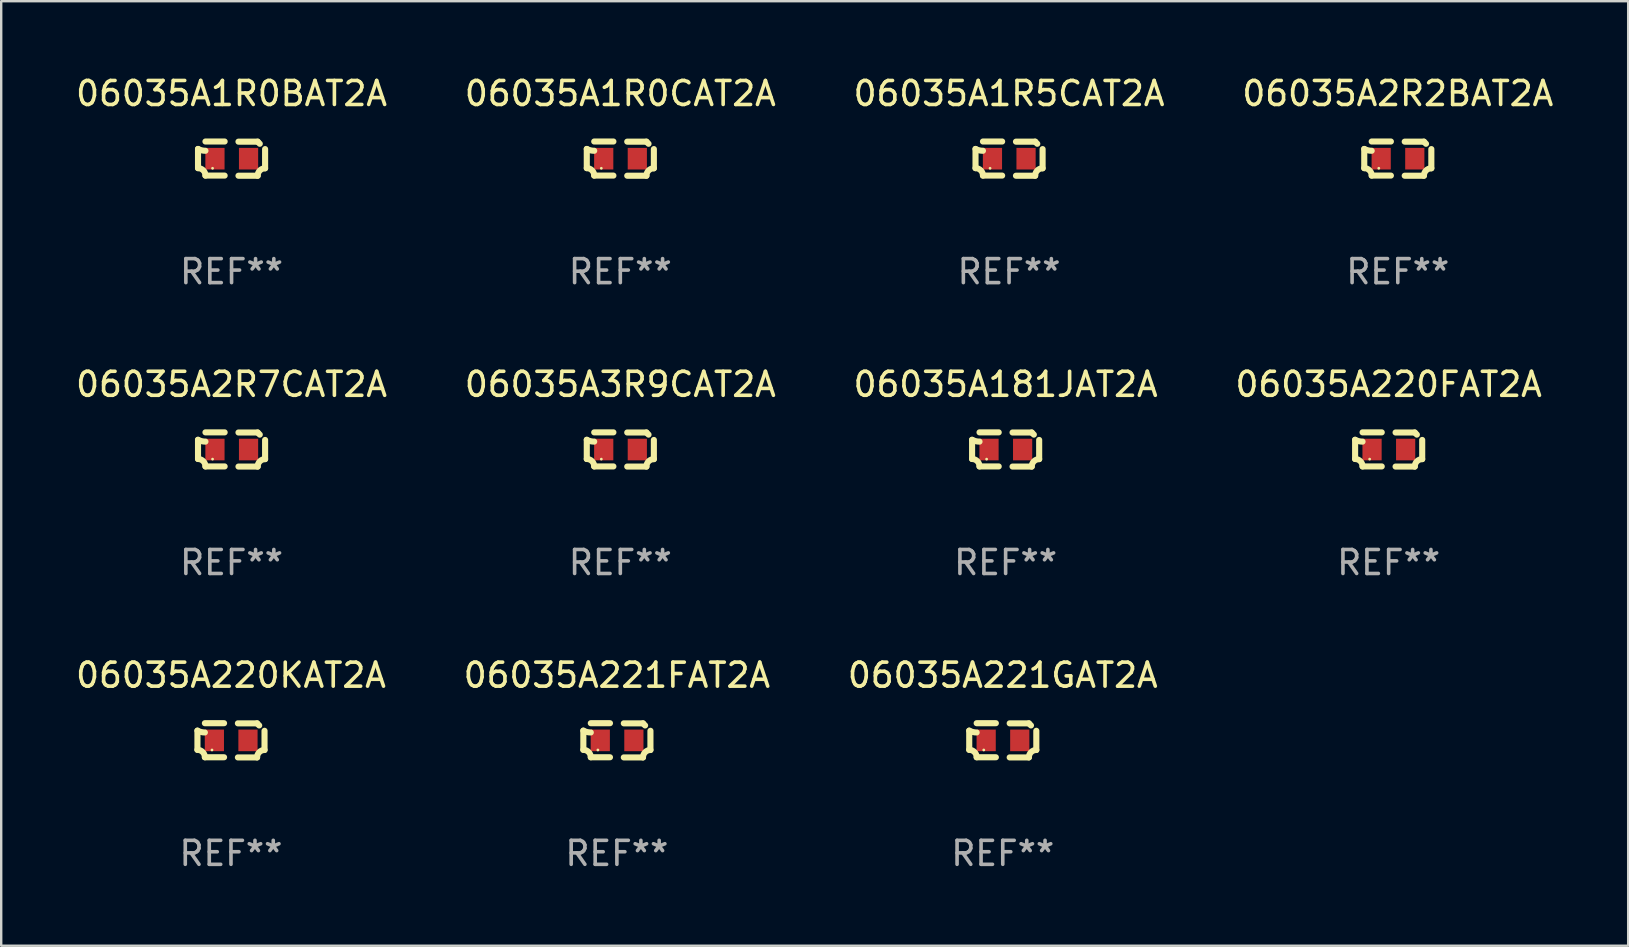
<source format=kicad_pcb>
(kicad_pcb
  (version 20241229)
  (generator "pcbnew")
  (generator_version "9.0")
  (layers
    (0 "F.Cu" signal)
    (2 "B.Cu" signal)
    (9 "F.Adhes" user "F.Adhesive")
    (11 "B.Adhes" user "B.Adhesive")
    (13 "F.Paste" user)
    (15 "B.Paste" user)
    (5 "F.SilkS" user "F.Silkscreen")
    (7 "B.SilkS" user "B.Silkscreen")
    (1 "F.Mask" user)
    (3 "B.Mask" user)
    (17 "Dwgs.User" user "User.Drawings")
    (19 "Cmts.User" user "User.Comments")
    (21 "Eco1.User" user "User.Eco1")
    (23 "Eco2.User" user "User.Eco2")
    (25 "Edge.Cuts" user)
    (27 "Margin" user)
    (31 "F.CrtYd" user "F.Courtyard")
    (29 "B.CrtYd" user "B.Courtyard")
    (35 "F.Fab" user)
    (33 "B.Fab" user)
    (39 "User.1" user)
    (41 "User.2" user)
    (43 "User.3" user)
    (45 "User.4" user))
  (footprint "06035A221GAT2A"
    (layer "F.Cu")
    (at 38.744 27.805)
    (property "Reference" "06035A221GAT2A" (at 0 -2.713 0) (layer "F.SilkS") (effects (font (size 1 1) (thickness 0.15))))
    (attr through_hole)
    (fp_line (start -1.398 -0.403) (end -1.398 0.397) (stroke (width 0.254) (type solid)) (layer "F.SilkS"))
    (fp_line (start -0.288 -0.713) (end -1.088 -0.713) (stroke (width 0.254) (type solid)) (layer "F.SilkS"))
    (fp_line (start -0.288 0.707) (end -1.088 0.707) (stroke (width 0.254) (type solid)) (layer "F.SilkS"))
    (fp_line (start 0.288 -0.707) (end 1.088 -0.707) (stroke (width 0.254) (type solid)) (layer "F.SilkS"))
    (fp_line (start 0.288 0.713) (end 1.088 0.713) (stroke (width 0.254) (type solid)) (layer "F.SilkS"))
    (fp_line (start 1.398 -0.397) (end 1.398 0.403) (stroke (width 0.254) (type solid)) (layer "F.SilkS"))
    (fp_arc (start -1.397789 0.397066) (mid -1.178701 0.487826) (end -1.08796 0.706922) (stroke (width 0.254001) (type solid)) (layer "F.SilkS"))
    (fp_arc (start -1.08796 -0.327176) (mid -1.247436 -0.346384) (end -1.39779 -0.402908) (stroke (width 0.254001) (type solid)) (layer "F.SilkS"))
    (fp_arc (start 1.087909 0.712738) (mid 1.178656 0.493655) (end 1.397739 0.402908) (stroke (width 0.254001) (type solid)) (layer "F.SilkS"))
    (fp_arc (start 1.175925 -0.618926) (mid 1.131917 -0.662923) (end 1.08791 -0.706922) (stroke (width 0.254001) (type solid)) (layer "F.SilkS"))
    (fp_circle (center -0.792 0.403) (end -0.762 0.403) (stroke (width 0.06) (type solid)) (fill no) (layer "F.SilkS"))
    (fp_text user "REF**" (at 0 4.713 0) (layer "F.Fab") (effects (font (size 1 1) (thickness 0.15))))
    (pad "1" smd rect (at -0.692 0.003) (size 0.8 0.9) (layers "F.Cu" "F.Mask" "F.Paste"))
    (pad "2" smd rect (at 0.708 0.003) (size 0.8 0.9) (layers "F.Cu" "F.Mask" "F.Paste")))
  (footprint "06035A1R5CAT2A"
    (layer "F.Cu")
    (at 39.006 3.561)
    (property "Reference" "06035A1R5CAT2A" (at 0 -2.713 0) (layer "F.SilkS") (effects (font (size 1 1) (thickness 0.15))))
    (attr through_hole)
    (fp_line (start -1.398 -0.403) (end -1.398 0.397) (stroke (width 0.254) (type solid)) (layer "F.SilkS"))
    (fp_line (start -0.288 -0.713) (end -1.088 -0.713) (stroke (width 0.254) (type solid)) (layer "F.SilkS"))
    (fp_line (start -0.288 0.707) (end -1.088 0.707) (stroke (width 0.254) (type solid)) (layer "F.SilkS"))
    (fp_line (start 0.288 -0.707) (end 1.088 -0.707) (stroke (width 0.254) (type solid)) (layer "F.SilkS"))
    (fp_line (start 0.288 0.713) (end 1.088 0.713) (stroke (width 0.254) (type solid)) (layer "F.SilkS"))
    (fp_line (start 1.398 -0.397) (end 1.398 0.403) (stroke (width 0.254) (type solid)) (layer "F.SilkS"))
    (fp_arc (start -1.397789 0.397066) (mid -1.178701 0.487826) (end -1.08796 0.706922) (stroke (width 0.254001) (type solid)) (layer "F.SilkS"))
    (fp_arc (start -1.08796 -0.327176) (mid -1.247436 -0.346384) (end -1.39779 -0.402908) (stroke (width 0.254001) (type solid)) (layer "F.SilkS"))
    (fp_arc (start 1.087909 0.712738) (mid 1.178656 0.493655) (end 1.397739 0.402908) (stroke (width 0.254001) (type solid)) (layer "F.SilkS"))
    (fp_arc (start 1.175925 -0.618926) (mid 1.131917 -0.662923) (end 1.08791 -0.706922) (stroke (width 0.254001) (type solid)) (layer "F.SilkS"))
    (fp_circle (center -0.792 0.403) (end -0.762 0.403) (stroke (width 0.06) (type solid)) (fill no) (layer "F.SilkS"))
    (fp_text user "REF**" (at 0 4.713 0) (layer "F.Fab") (effects (font (size 1 1) (thickness 0.15))))
    (pad "1" smd rect (at -0.692 0.003) (size 0.8 0.9) (layers "F.Cu" "F.Mask" "F.Paste"))
    (pad "2" smd rect (at 0.708 0.003) (size 0.8 0.9) (layers "F.Cu" "F.Mask" "F.Paste")))
  (footprint "06035A221FAT2A"
    (layer "F.Cu")
    (at 22.661 27.805)
    (property "Reference" "06035A221FAT2A" (at 0 -2.713 0) (layer "F.SilkS") (effects (font (size 1 1) (thickness 0.15))))
    (attr through_hole)
    (fp_line (start -1.398 -0.403) (end -1.398 0.397) (stroke (width 0.254) (type solid)) (layer "F.SilkS"))
    (fp_line (start -0.288 -0.713) (end -1.088 -0.713) (stroke (width 0.254) (type solid)) (layer "F.SilkS"))
    (fp_line (start -0.288 0.707) (end -1.088 0.707) (stroke (width 0.254) (type solid)) (layer "F.SilkS"))
    (fp_line (start 0.288 -0.707) (end 1.088 -0.707) (stroke (width 0.254) (type solid)) (layer "F.SilkS"))
    (fp_line (start 0.288 0.713) (end 1.088 0.713) (stroke (width 0.254) (type solid)) (layer "F.SilkS"))
    (fp_line (start 1.398 -0.397) (end 1.398 0.403) (stroke (width 0.254) (type solid)) (layer "F.SilkS"))
    (fp_arc (start -1.397789 0.397066) (mid -1.178701 0.487826) (end -1.08796 0.706922) (stroke (width 0.254001) (type solid)) (layer "F.SilkS"))
    (fp_arc (start -1.08796 -0.327176) (mid -1.247436 -0.346384) (end -1.39779 -0.402908) (stroke (width 0.254001) (type solid)) (layer "F.SilkS"))
    (fp_arc (start 1.087909 0.712738) (mid 1.178656 0.493655) (end 1.397739 0.402908) (stroke (width 0.254001) (type solid)) (layer "F.SilkS"))
    (fp_arc (start 1.175925 -0.618926) (mid 1.131917 -0.662923) (end 1.08791 -0.706922) (stroke (width 0.254001) (type solid)) (layer "F.SilkS"))
    (fp_circle (center -0.792 0.403) (end -0.762 0.403) (stroke (width 0.06) (type solid)) (fill no) (layer "F.SilkS"))
    (fp_text user "REF**" (at 0 4.713 0) (layer "F.Fab") (effects (font (size 1 1) (thickness 0.15))))
    (pad "1" smd rect (at -0.692 0.003) (size 0.8 0.9) (layers "F.Cu" "F.Mask" "F.Paste"))
    (pad "2" smd rect (at 0.708 0.003) (size 0.8 0.9) (layers "F.Cu" "F.Mask" "F.Paste")))
  (footprint "06035A181JAT2A"
    (layer "F.Cu")
    (at 38.863 15.683)
    (property "Reference" "06035A181JAT2A" (at 0 -2.713 0) (layer "F.SilkS") (effects (font (size 1 1) (thickness 0.15))))
    (attr through_hole)
    (fp_line (start -1.398 -0.403) (end -1.398 0.397) (stroke (width 0.254) (type solid)) (layer "F.SilkS"))
    (fp_line (start -0.288 -0.713) (end -1.088 -0.713) (stroke (width 0.254) (type solid)) (layer "F.SilkS"))
    (fp_line (start -0.288 0.707) (end -1.088 0.707) (stroke (width 0.254) (type solid)) (layer "F.SilkS"))
    (fp_line (start 0.288 -0.707) (end 1.088 -0.707) (stroke (width 0.254) (type solid)) (layer "F.SilkS"))
    (fp_line (start 0.288 0.713) (end 1.088 0.713) (stroke (width 0.254) (type solid)) (layer "F.SilkS"))
    (fp_line (start 1.398 -0.397) (end 1.398 0.403) (stroke (width 0.254) (type solid)) (layer "F.SilkS"))
    (fp_arc (start -1.397789 0.397066) (mid -1.178701 0.487826) (end -1.08796 0.706922) (stroke (width 0.254001) (type solid)) (layer "F.SilkS"))
    (fp_arc (start -1.08796 -0.327176) (mid -1.247436 -0.346384) (end -1.39779 -0.402908) (stroke (width 0.254001) (type solid)) (layer "F.SilkS"))
    (fp_arc (start 1.087909 0.712738) (mid 1.178656 0.493655) (end 1.397739 0.402908) (stroke (width 0.254001) (type solid)) (layer "F.SilkS"))
    (fp_arc (start 1.175925 -0.618926) (mid 1.131917 -0.662923) (end 1.08791 -0.706922) (stroke (width 0.254001) (type solid)) (layer "F.SilkS"))
    (fp_circle (center -0.792 0.403) (end -0.762 0.403) (stroke (width 0.06) (type solid)) (fill no) (layer "F.SilkS"))
    (fp_text user "REF**" (at 0 4.713 0) (layer "F.Fab") (effects (font (size 1 1) (thickness 0.15))))
    (pad "1" smd rect (at -0.692 0.003) (size 0.8 0.9) (layers "F.Cu" "F.Mask" "F.Paste"))
    (pad "2" smd rect (at 0.708 0.003) (size 0.8 0.9) (layers "F.Cu" "F.Mask" "F.Paste")))
  (footprint "06035A2R7CAT2A"
    (layer "F.Cu")
    (at 6.601 15.683)
    (property "Reference" "06035A2R7CAT2A" (at 0 -2.713 0) (layer "F.SilkS") (effects (font (size 1 1) (thickness 0.15))))
    (attr through_hole)
    (fp_line (start -1.398 -0.403) (end -1.398 0.397) (stroke (width 0.254) (type solid)) (layer "F.SilkS"))
    (fp_line (start -0.288 -0.713) (end -1.088 -0.713) (stroke (width 0.254) (type solid)) (layer "F.SilkS"))
    (fp_line (start -0.288 0.707) (end -1.088 0.707) (stroke (width 0.254) (type solid)) (layer "F.SilkS"))
    (fp_line (start 0.288 -0.707) (end 1.088 -0.707) (stroke (width 0.254) (type solid)) (layer "F.SilkS"))
    (fp_line (start 0.288 0.713) (end 1.088 0.713) (stroke (width 0.254) (type solid)) (layer "F.SilkS"))
    (fp_line (start 1.398 -0.397) (end 1.398 0.403) (stroke (width 0.254) (type solid)) (layer "F.SilkS"))
    (fp_arc (start -1.397789 0.397066) (mid -1.178701 0.487826) (end -1.08796 0.706922) (stroke (width 0.254001) (type solid)) (layer "F.SilkS"))
    (fp_arc (start -1.08796 -0.327176) (mid -1.247436 -0.346384) (end -1.39779 -0.402908) (stroke (width 0.254001) (type solid)) (layer "F.SilkS"))
    (fp_arc (start 1.087909 0.712738) (mid 1.178656 0.493655) (end 1.397739 0.402908) (stroke (width 0.254001) (type solid)) (layer "F.SilkS"))
    (fp_arc (start 1.175925 -0.618926) (mid 1.131917 -0.662923) (end 1.08791 -0.706922) (stroke (width 0.254001) (type solid)) (layer "F.SilkS"))
    (fp_circle (center -0.792 0.403) (end -0.762 0.403) (stroke (width 0.06) (type solid)) (fill no) (layer "F.SilkS"))
    (fp_text user "REF**" (at 0 4.713 0) (layer "F.Fab") (effects (font (size 1 1) (thickness 0.15))))
    (pad "1" smd rect (at -0.692 0.003) (size 0.8 0.9) (layers "F.Cu" "F.Mask" "F.Paste"))
    (pad "2" smd rect (at 0.708 0.003) (size 0.8 0.9) (layers "F.Cu" "F.Mask" "F.Paste")))
  (footprint "06035A220FAT2A"
    (layer "F.Cu")
    (at 54.827 15.683)
    (property "Reference" "06035A220FAT2A" (at 0 -2.713 0) (layer "F.SilkS") (effects (font (size 1 1) (thickness 0.15))))
    (attr through_hole)
    (fp_line (start -1.398 -0.403) (end -1.398 0.397) (stroke (width 0.254) (type solid)) (layer "F.SilkS"))
    (fp_line (start -0.288 -0.713) (end -1.088 -0.713) (stroke (width 0.254) (type solid)) (layer "F.SilkS"))
    (fp_line (start -0.288 0.707) (end -1.088 0.707) (stroke (width 0.254) (type solid)) (layer "F.SilkS"))
    (fp_line (start 0.288 -0.707) (end 1.088 -0.707) (stroke (width 0.254) (type solid)) (layer "F.SilkS"))
    (fp_line (start 0.288 0.713) (end 1.088 0.713) (stroke (width 0.254) (type solid)) (layer "F.SilkS"))
    (fp_line (start 1.398 -0.397) (end 1.398 0.403) (stroke (width 0.254) (type solid)) (layer "F.SilkS"))
    (fp_arc (start -1.397789 0.397066) (mid -1.178701 0.487826) (end -1.08796 0.706922) (stroke (width 0.254001) (type solid)) (layer "F.SilkS"))
    (fp_arc (start -1.08796 -0.327176) (mid -1.247436 -0.346384) (end -1.39779 -0.402908) (stroke (width 0.254001) (type solid)) (layer "F.SilkS"))
    (fp_arc (start 1.087909 0.712738) (mid 1.178656 0.493655) (end 1.397739 0.402908) (stroke (width 0.254001) (type solid)) (layer "F.SilkS"))
    (fp_arc (start 1.175925 -0.618926) (mid 1.131917 -0.662923) (end 1.08791 -0.706922) (stroke (width 0.254001) (type solid)) (layer "F.SilkS"))
    (fp_circle (center -0.792 0.403) (end -0.762 0.403) (stroke (width 0.06) (type solid)) (fill no) (layer "F.SilkS"))
    (fp_text user "REF**" (at 0 4.713 0) (layer "F.Fab") (effects (font (size 1 1) (thickness 0.15))))
    (pad "1" smd rect (at -0.692 0.003) (size 0.8 0.9) (layers "F.Cu" "F.Mask" "F.Paste"))
    (pad "2" smd rect (at 0.708 0.003) (size 0.8 0.9) (layers "F.Cu" "F.Mask" "F.Paste")))
  (footprint "06035A3R9CAT2A"
    (layer "F.Cu")
    (at 22.804 15.683)
    (property "Reference" "06035A3R9CAT2A" (at 0 -2.713 0) (layer "F.SilkS") (effects (font (size 1 1) (thickness 0.15))))
    (attr through_hole)
    (fp_line (start -1.398 -0.403) (end -1.398 0.397) (stroke (width 0.254) (type solid)) (layer "F.SilkS"))
    (fp_line (start -0.288 -0.713) (end -1.088 -0.713) (stroke (width 0.254) (type solid)) (layer "F.SilkS"))
    (fp_line (start -0.288 0.707) (end -1.088 0.707) (stroke (width 0.254) (type solid)) (layer "F.SilkS"))
    (fp_line (start 0.288 -0.707) (end 1.088 -0.707) (stroke (width 0.254) (type solid)) (layer "F.SilkS"))
    (fp_line (start 0.288 0.713) (end 1.088 0.713) (stroke (width 0.254) (type solid)) (layer "F.SilkS"))
    (fp_line (start 1.398 -0.397) (end 1.398 0.403) (stroke (width 0.254) (type solid)) (layer "F.SilkS"))
    (fp_arc (start -1.397789 0.397066) (mid -1.178701 0.487826) (end -1.08796 0.706922) (stroke (width 0.254001) (type solid)) (layer "F.SilkS"))
    (fp_arc (start -1.08796 -0.327176) (mid -1.247436 -0.346384) (end -1.39779 -0.402908) (stroke (width 0.254001) (type solid)) (layer "F.SilkS"))
    (fp_arc (start 1.087909 0.712738) (mid 1.178656 0.493655) (end 1.397739 0.402908) (stroke (width 0.254001) (type solid)) (layer "F.SilkS"))
    (fp_arc (start 1.175925 -0.618926) (mid 1.131917 -0.662923) (end 1.08791 -0.706922) (stroke (width 0.254001) (type solid)) (layer "F.SilkS"))
    (fp_circle (center -0.792 0.403) (end -0.762 0.403) (stroke (width 0.06) (type solid)) (fill no) (layer "F.SilkS"))
    (fp_text user "REF**" (at 0 4.713 0) (layer "F.Fab") (effects (font (size 1 1) (thickness 0.15))))
    (pad "1" smd rect (at -0.692 0.003) (size 0.8 0.9) (layers "F.Cu" "F.Mask" "F.Paste"))
    (pad "2" smd rect (at 0.708 0.003) (size 0.8 0.9) (layers "F.Cu" "F.Mask" "F.Paste")))
  (footprint "06035A1R0CAT2A"
    (layer "F.Cu")
    (at 22.804 3.561)
    (property "Reference" "06035A1R0CAT2A" (at 0 -2.713 0) (layer "F.SilkS") (effects (font (size 1 1) (thickness 0.15))))
    (attr through_hole)
    (fp_line (start -1.398 -0.403) (end -1.398 0.397) (stroke (width 0.254) (type solid)) (layer "F.SilkS"))
    (fp_line (start -0.288 -0.713) (end -1.088 -0.713) (stroke (width 0.254) (type solid)) (layer "F.SilkS"))
    (fp_line (start -0.288 0.707) (end -1.088 0.707) (stroke (width 0.254) (type solid)) (layer "F.SilkS"))
    (fp_line (start 0.288 -0.707) (end 1.088 -0.707) (stroke (width 0.254) (type solid)) (layer "F.SilkS"))
    (fp_line (start 0.288 0.713) (end 1.088 0.713) (stroke (width 0.254) (type solid)) (layer "F.SilkS"))
    (fp_line (start 1.398 -0.397) (end 1.398 0.403) (stroke (width 0.254) (type solid)) (layer "F.SilkS"))
    (fp_arc (start -1.397789 0.397066) (mid -1.178701 0.487826) (end -1.08796 0.706922) (stroke (width 0.254001) (type solid)) (layer "F.SilkS"))
    (fp_arc (start -1.08796 -0.327176) (mid -1.247436 -0.346384) (end -1.39779 -0.402908) (stroke (width 0.254001) (type solid)) (layer "F.SilkS"))
    (fp_arc (start 1.087909 0.712738) (mid 1.178656 0.493655) (end 1.397739 0.402908) (stroke (width 0.254001) (type solid)) (layer "F.SilkS"))
    (fp_arc (start 1.175925 -0.618926) (mid 1.131917 -0.662923) (end 1.08791 -0.706922) (stroke (width 0.254001) (type solid)) (layer "F.SilkS"))
    (fp_circle (center -0.792 0.403) (end -0.762 0.403) (stroke (width 0.06) (type solid)) (fill no) (layer "F.SilkS"))
    (fp_text user "REF**" (at 0 4.713 0) (layer "F.Fab") (effects (font (size 1 1) (thickness 0.15))))
    (pad "1" smd rect (at -0.692 0.003) (size 0.8 0.9) (layers "F.Cu" "F.Mask" "F.Paste"))
    (pad "2" smd rect (at 0.708 0.003) (size 0.8 0.9) (layers "F.Cu" "F.Mask" "F.Paste")))
  (footprint "06035A220KAT2A"
    (layer "F.Cu")
    (at 6.577 27.805)
    (property "Reference" "06035A220KAT2A" (at 0 -2.713 0) (layer "F.SilkS") (effects (font (size 1 1) (thickness 0.15))))
    (attr through_hole)
    (fp_line (start -1.398 -0.403) (end -1.398 0.397) (stroke (width 0.254) (type solid)) (layer "F.SilkS"))
    (fp_line (start -0.288 -0.713) (end -1.088 -0.713) (stroke (width 0.254) (type solid)) (layer "F.SilkS"))
    (fp_line (start -0.288 0.707) (end -1.088 0.707) (stroke (width 0.254) (type solid)) (layer "F.SilkS"))
    (fp_line (start 0.288 -0.707) (end 1.088 -0.707) (stroke (width 0.254) (type solid)) (layer "F.SilkS"))
    (fp_line (start 0.288 0.713) (end 1.088 0.713) (stroke (width 0.254) (type solid)) (layer "F.SilkS"))
    (fp_line (start 1.398 -0.397) (end 1.398 0.403) (stroke (width 0.254) (type solid)) (layer "F.SilkS"))
    (fp_arc (start -1.397789 0.397066) (mid -1.178701 0.487826) (end -1.08796 0.706922) (stroke (width 0.254001) (type solid)) (layer "F.SilkS"))
    (fp_arc (start -1.08796 -0.327176) (mid -1.247436 -0.346384) (end -1.39779 -0.402908) (stroke (width 0.254001) (type solid)) (layer "F.SilkS"))
    (fp_arc (start 1.087909 0.712738) (mid 1.178656 0.493655) (end 1.397739 0.402908) (stroke (width 0.254001) (type solid)) (layer "F.SilkS"))
    (fp_arc (start 1.175925 -0.618926) (mid 1.131917 -0.662923) (end 1.08791 -0.706922) (stroke (width 0.254001) (type solid)) (layer "F.SilkS"))
    (fp_circle (center -0.792 0.403) (end -0.762 0.403) (stroke (width 0.06) (type solid)) (fill no) (layer "F.SilkS"))
    (fp_text user "REF**" (at 0 4.713 0) (layer "F.Fab") (effects (font (size 1 1) (thickness 0.15))))
    (pad "1" smd rect (at -0.692 0.003) (size 0.8 0.9) (layers "F.Cu" "F.Mask" "F.Paste"))
    (pad "2" smd rect (at 0.708 0.003) (size 0.8 0.9) (layers "F.Cu" "F.Mask" "F.Paste")))
  (footprint "06035A2R2BAT2A"
    (layer "F.Cu")
    (at 55.208 3.561)
    (property "Reference" "06035A2R2BAT2A" (at 0 -2.713 0) (layer "F.SilkS") (effects (font (size 1 1) (thickness 0.15))))
    (attr through_hole)
    (fp_line (start -1.398 -0.403) (end -1.398 0.397) (stroke (width 0.254) (type solid)) (layer "F.SilkS"))
    (fp_line (start -0.288 -0.713) (end -1.088 -0.713) (stroke (width 0.254) (type solid)) (layer "F.SilkS"))
    (fp_line (start -0.288 0.707) (end -1.088 0.707) (stroke (width 0.254) (type solid)) (layer "F.SilkS"))
    (fp_line (start 0.288 -0.707) (end 1.088 -0.707) (stroke (width 0.254) (type solid)) (layer "F.SilkS"))
    (fp_line (start 0.288 0.713) (end 1.088 0.713) (stroke (width 0.254) (type solid)) (layer "F.SilkS"))
    (fp_line (start 1.398 -0.397) (end 1.398 0.403) (stroke (width 0.254) (type solid)) (layer "F.SilkS"))
    (fp_arc (start -1.397789 0.397066) (mid -1.178701 0.487826) (end -1.08796 0.706922) (stroke (width 0.254001) (type solid)) (layer "F.SilkS"))
    (fp_arc (start -1.08796 -0.327176) (mid -1.247436 -0.346384) (end -1.39779 -0.402908) (stroke (width 0.254001) (type solid)) (layer "F.SilkS"))
    (fp_arc (start 1.087909 0.712738) (mid 1.178656 0.493655) (end 1.397739 0.402908) (stroke (width 0.254001) (type solid)) (layer "F.SilkS"))
    (fp_arc (start 1.175925 -0.618926) (mid 1.131917 -0.662923) (end 1.08791 -0.706922) (stroke (width 0.254001) (type solid)) (layer "F.SilkS"))
    (fp_circle (center -0.792 0.403) (end -0.762 0.403) (stroke (width 0.06) (type solid)) (fill no) (layer "F.SilkS"))
    (fp_text user "REF**" (at 0 4.713 0) (layer "F.Fab") (effects (font (size 1 1) (thickness 0.15))))
    (pad "1" smd rect (at -0.692 0.003) (size 0.8 0.9) (layers "F.Cu" "F.Mask" "F.Paste"))
    (pad "2" smd rect (at 0.708 0.003) (size 0.8 0.9) (layers "F.Cu" "F.Mask" "F.Paste")))
  (footprint "06035A1R0BAT2A"
    (layer "F.Cu")
    (at 6.601 3.561)
    (property "Reference" "06035A1R0BAT2A" (at 0 -2.713 0) (layer "F.SilkS") (effects (font (size 1 1) (thickness 0.15))))
    (attr through_hole)
    (fp_line (start -1.398 -0.403) (end -1.398 0.397) (stroke (width 0.254) (type solid)) (layer "F.SilkS"))
    (fp_line (start -0.288 -0.713) (end -1.088 -0.713) (stroke (width 0.254) (type solid)) (layer "F.SilkS"))
    (fp_line (start -0.288 0.707) (end -1.088 0.707) (stroke (width 0.254) (type solid)) (layer "F.SilkS"))
    (fp_line (start 0.288 -0.707) (end 1.088 -0.707) (stroke (width 0.254) (type solid)) (layer "F.SilkS"))
    (fp_line (start 0.288 0.713) (end 1.088 0.713) (stroke (width 0.254) (type solid)) (layer "F.SilkS"))
    (fp_line (start 1.398 -0.397) (end 1.398 0.403) (stroke (width 0.254) (type solid)) (layer "F.SilkS"))
    (fp_arc (start -1.397789 0.397066) (mid -1.178701 0.487826) (end -1.08796 0.706922) (stroke (width 0.254001) (type solid)) (layer "F.SilkS"))
    (fp_arc (start -1.08796 -0.327176) (mid -1.247436 -0.346384) (end -1.39779 -0.402908) (stroke (width 0.254001) (type solid)) (layer "F.SilkS"))
    (fp_arc (start 1.087909 0.712738) (mid 1.178656 0.493655) (end 1.397739 0.402908) (stroke (width 0.254001) (type solid)) (layer "F.SilkS"))
    (fp_arc (start 1.175925 -0.618926) (mid 1.131917 -0.662923) (end 1.08791 -0.706922) (stroke (width 0.254001) (type solid)) (layer "F.SilkS"))
    (fp_circle (center -0.792 0.403) (end -0.762 0.403) (stroke (width 0.06) (type solid)) (fill no) (layer "F.SilkS"))
    (fp_text user "REF**" (at 0 4.713 0) (layer "F.Fab") (effects (font (size 1 1) (thickness 0.15))))
    (pad "1" smd rect (at -0.692 0.003) (size 0.8 0.9) (layers "F.Cu" "F.Mask" "F.Paste"))
    (pad "2" smd rect (at 0.708 0.003) (size 0.8 0.9) (layers "F.Cu" "F.Mask" "F.Paste")))
  (gr_rect
    (start -3 -3)
    (end 64.81 36.366)
    (stroke (width 0.1) (type default))
    (fill no)
    (layer "Edge.Cuts")))
</source>
